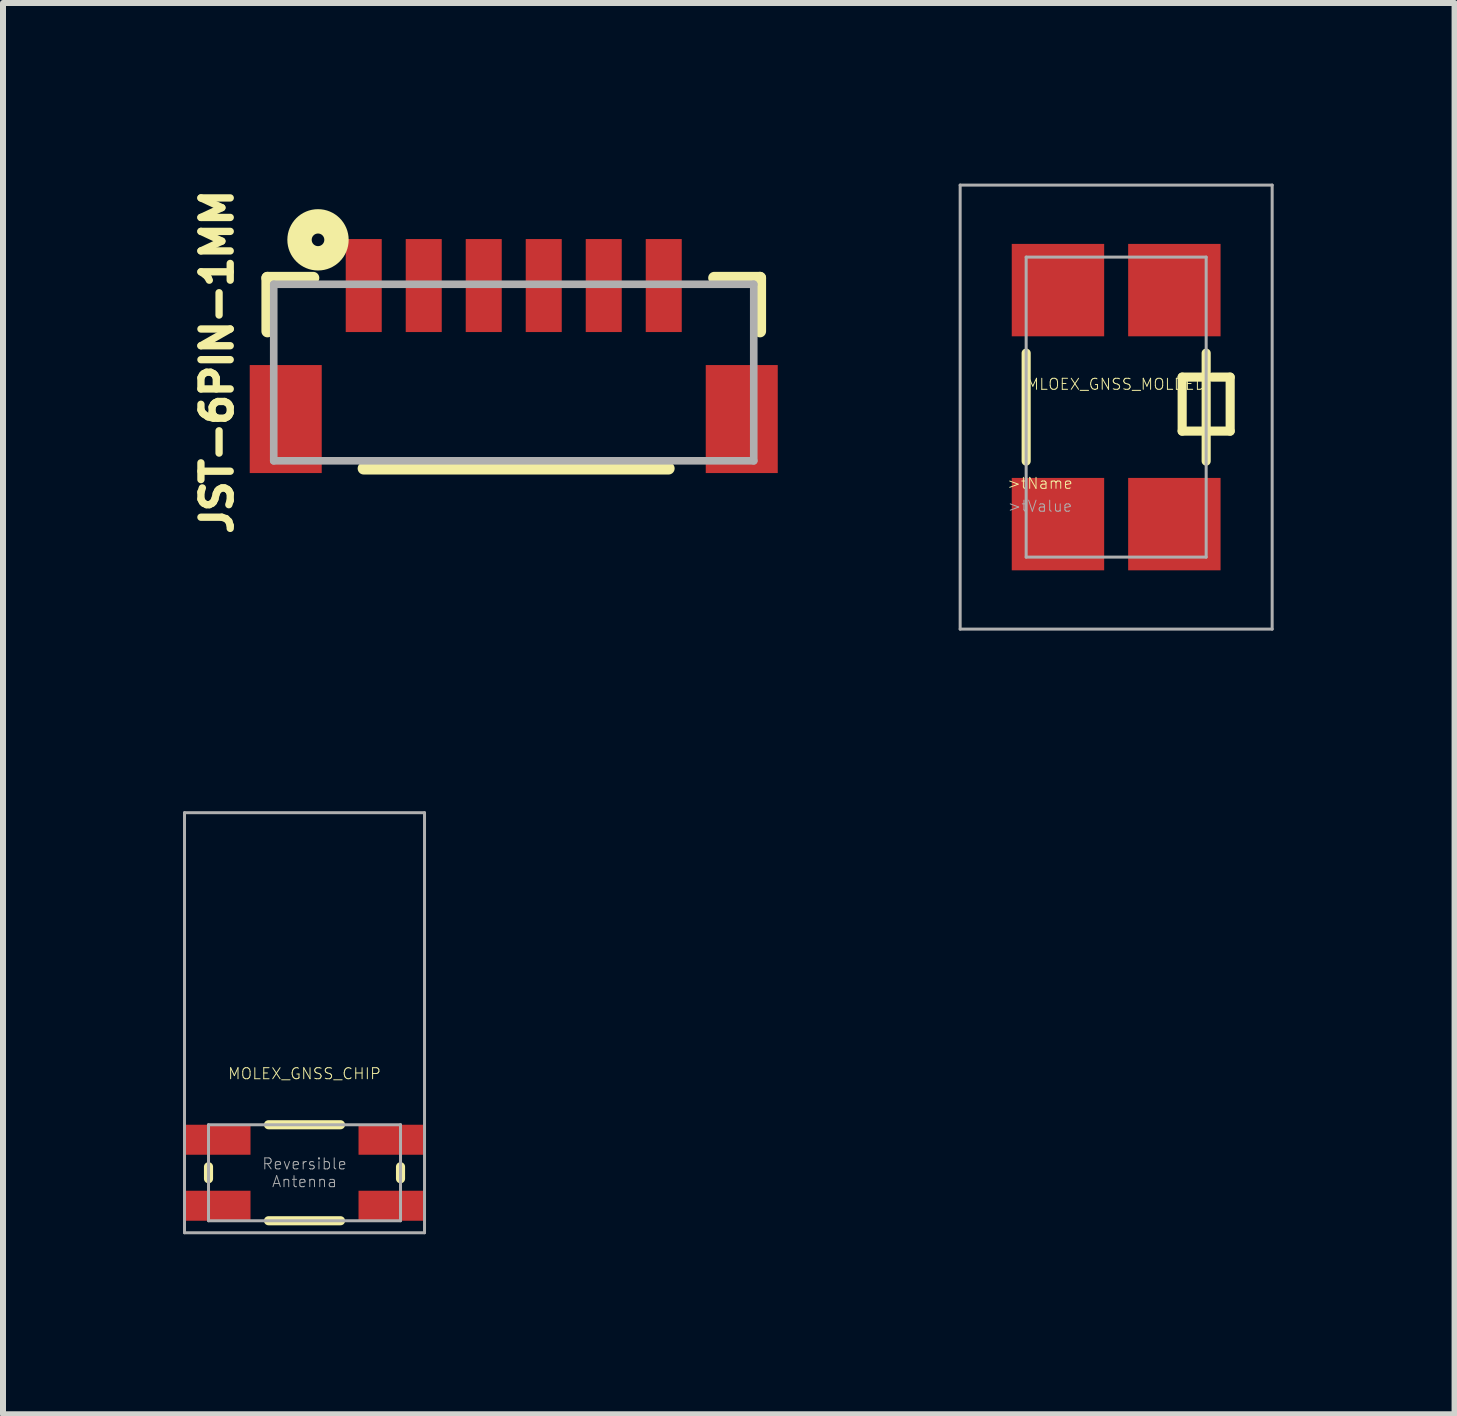
<source format=kicad_pcb>
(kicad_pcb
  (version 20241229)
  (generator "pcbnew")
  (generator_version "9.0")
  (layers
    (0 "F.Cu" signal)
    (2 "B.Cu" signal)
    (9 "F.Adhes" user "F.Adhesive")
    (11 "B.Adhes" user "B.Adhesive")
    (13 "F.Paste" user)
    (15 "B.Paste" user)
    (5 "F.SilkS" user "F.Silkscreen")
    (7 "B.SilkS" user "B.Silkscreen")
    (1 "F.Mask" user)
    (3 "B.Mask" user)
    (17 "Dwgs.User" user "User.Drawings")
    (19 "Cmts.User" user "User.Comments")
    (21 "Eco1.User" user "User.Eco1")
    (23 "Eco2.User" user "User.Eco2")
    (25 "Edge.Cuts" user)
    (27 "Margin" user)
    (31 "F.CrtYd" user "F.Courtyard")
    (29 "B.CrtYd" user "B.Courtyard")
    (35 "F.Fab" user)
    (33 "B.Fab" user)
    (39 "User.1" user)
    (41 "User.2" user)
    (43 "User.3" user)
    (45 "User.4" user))
  (footprint "JST-6PIN-1MM"
    (layer "F.Cu")
    (at 5.512 3.159)
    (property "Reference" "JST-6PIN-1MM" (at -4.659 -0.18 90) (layer "F.SilkS") (effects (font (size 0.488 0.488) (thickness 0.122)) (justify bottom)))
    (fp_line (start -4.104 -1.577) (end -4.104 -0.688) (stroke (width 0.203) (type solid)) (layer "F.SilkS"))
    (fp_line (start -3.342 -1.577) (end -4.104 -1.577) (stroke (width 0.203) (type solid)) (layer "F.SilkS"))
    (fp_line (start -2.5 1.598) (end 2.58 1.598) (stroke (width 0.203) (type solid)) (layer "F.SilkS"))
    (fp_line (start 3.342 -1.577) (end 4.104 -1.577) (stroke (width 0.203) (type solid)) (layer "F.SilkS"))
    (fp_line (start 4.104 -1.577) (end 4.104 -0.688) (stroke (width 0.203) (type solid)) (layer "F.SilkS"))
    (fp_circle (center -3.262 -2.212) (end -3.157 -2.212) (stroke (width 0.406) (type solid)) (fill no) (layer "F.SilkS"))
    (fp_line (start -4 -1.471) (end -4 1.471) (stroke (width 0.127) (type solid)) (layer "F.Fab"))
    (fp_line (start -4 1.471) (end 4 1.471) (stroke (width 0.127) (type solid)) (layer "F.Fab"))
    (fp_line (start 4 -1.471) (end -4 -1.471) (stroke (width 0.127) (type solid)) (layer "F.Fab"))
    (fp_line (start 4 1.471) (end 4 -1.471) (stroke (width 0.127) (type solid)) (layer "F.Fab"))
    (pad "1" smd rect (at -2.5 -1.45) (size 0.6 1.55) (layers "F.Cu" "F.Mask" "F.Paste"))
    (pad "2" smd rect (at -1.5 -1.45) (size 0.6 1.55) (layers "F.Cu" "F.Mask" "F.Paste"))
    (pad "3" smd rect (at -0.5 -1.45) (size 0.6 1.55) (layers "F.Cu" "F.Mask" "F.Paste"))
    (pad "4" smd rect (at 0.5 -1.45) (size 0.6 1.55) (layers "F.Cu" "F.Mask" "F.Paste"))
    (pad "5" smd rect (at 1.5 -1.45) (size 0.6 1.55) (layers "F.Cu" "F.Mask" "F.Paste"))
    (pad "6" smd rect (at 2.5 -1.45) (size 0.6 1.55) (layers "F.Cu" "F.Mask" "F.Paste"))
    (pad "P$1" smd rect (at -3.8 0.775) (size 1.2 1.8) (layers "F.Cu" "F.Mask" "F.Paste"))
    (pad "P$2" smd rect (at 3.8 0.775) (size 1.2 1.8) (layers "F.Cu" "F.Mask" "F.Paste")))
  (footprint "MLOEX_GNSS_MOLDED"
    (layer "F.Cu")
    (at 15.552 3.735)
    (property "Reference" "MLOEX_GNSS_MOLDED" (at 0 -0.381 0) (layer "F.SilkS") (effects (font (size 0.184 0.184) (thickness 0.016))))
    (fp_line (start -1.5 -0.9) (end -1.5 0.9) (stroke (width 0.152) (type solid)) (layer "F.SilkS"))
    (fp_line (start 1.1 -0.5) (end 1.1 0.4) (stroke (width 0.152) (type solid)) (layer "F.SilkS"))
    (fp_line (start 1.1 0.4) (end 1.5 0.4) (stroke (width 0.152) (type solid)) (layer "F.SilkS"))
    (fp_line (start 1.5 -0.9) (end 1.5 -0.5) (stroke (width 0.152) (type solid)) (layer "F.SilkS"))
    (fp_line (start 1.5 -0.5) (end 1.1 -0.5) (stroke (width 0.152) (type solid)) (layer "F.SilkS"))
    (fp_line (start 1.5 -0.5) (end 1.5 0.4) (stroke (width 0.152) (type solid)) (layer "F.SilkS"))
    (fp_line (start 1.5 0.4) (end 1.5 0.9) (stroke (width 0.152) (type solid)) (layer "F.SilkS"))
    (fp_line (start 1.6 -0.5) (end 1.9 -0.5) (stroke (width 0.152) (type solid)) (layer "F.SilkS"))
    (fp_line (start 1.9 -0.5) (end 1.9 0.4) (stroke (width 0.152) (type solid)) (layer "F.SilkS"))
    (fp_line (start 1.9 0.4) (end 1.5 0.4) (stroke (width 0.152) (type solid)) (layer "F.SilkS"))
    (fp_line (start -2.6 -3.7) (end 2.6 -3.7) (stroke (width 0.05) (type solid)) (layer "F.Fab"))
    (fp_line (start -2.6 3.7) (end -2.6 -3.7) (stroke (width 0.05) (type solid)) (layer "F.Fab"))
    (fp_line (start -1.5 -2.5) (end 1.5 -2.5) (stroke (width 0.05) (type solid)) (layer "F.Fab"))
    (fp_line (start -1.5 2.5) (end -1.5 -2.5) (stroke (width 0.05) (type solid)) (layer "F.Fab"))
    (fp_line (start 1.5 -2.5) (end 1.5 2.5) (stroke (width 0.05) (type solid)) (layer "F.Fab"))
    (fp_line (start 1.5 2.5) (end -1.5 2.5) (stroke (width 0.05) (type solid)) (layer "F.Fab"))
    (fp_line (start 2.6 -3.7) (end 2.6 3.7) (stroke (width 0.05) (type solid)) (layer "F.Fab"))
    (fp_line (start 2.6 3.7) (end -2.6 3.7) (stroke (width 0.05) (type solid)) (layer "F.Fab"))
    (fp_text user ">tName" (at -1.27 1.27 0) (layer "F.SilkS") (effects (font (size 0.184 0.184) (thickness 0.016))))
    (fp_text user ">tValue" (at -1.27 1.651 0) (layer "F.Fab") (effects (font (size 0.184 0.184) (thickness 0.016))))
    (pad "1" smd rect (at -0.97 1.95) (size 1.54 1.54) (layers "F.Cu" "F.Mask" "F.Paste"))
    (pad "2" smd rect (at -0.97 -1.95) (size 1.54 1.54) (layers "F.Cu" "F.Mask" "F.Paste"))
    (pad "3" smd rect (at 0.97 -1.95) (size 1.54 1.54) (layers "F.Cu" "F.Mask" "F.Paste"))
    (pad "FEED" smd rect (at 0.97 1.95) (size 1.54 1.54) (layers "F.Cu" "F.Mask" "F.Paste"))
    (zone (net_name "") (layer "F.Cu") (hatch edge 0.5) (connect_pads) (min_thickness 0.25) (filled_areas_thickness no) (keepout (tracks not_allowed) (vias not_allowed) (pads not_allowed) (copperpour not_allowed) (footprints allowed)) (placement (enabled no)) (fill) (polygon (pts (xy 12.912 4.935) (xy 18.192 4.935) (xy 18.192 0) (xy 12.912 0))))
    (zone (net_name "") (layer "F.Cu") (hatch edge 0.5) (connect_pads) (min_thickness 0.25) (filled_areas_thickness no) (keepout (tracks not_allowed) (vias not_allowed) (pads not_allowed) (copperpour not_allowed) (footprints allowed)) (placement (enabled no)) (fill) (polygon (pts (xy 12.912 7.47) (xy 15.752 7.47) (xy 15.752 4.935) (xy 12.912 4.935))))
    (zone (net_name "") (layer "F.Cu") (hatch edge 0.5) (connect_pads) (min_thickness 0.25) (filled_areas_thickness no) (keepout (tracks not_allowed) (vias not_allowed) (pads not_allowed) (copperpour not_allowed) (footprints allowed)) (placement (enabled no)) (fill) (polygon (pts (xy 15.752 7.47) (xy 18.192 7.47) (xy 18.192 6.435) (xy 15.752 6.435))))
    (zone (net_name "") (layer "B.Cu") (hatch edge 0.5) (connect_pads) (min_thickness 0.25) (filled_areas_thickness no) (keepout (tracks not_allowed) (vias not_allowed) (pads not_allowed) (copperpour not_allowed) (footprints allowed)) (placement (enabled no)) (fill) (polygon (pts (xy 12.912 7.47) (xy 18.192 7.47) (xy 18.192 0) (xy 12.912 0)))))
  (footprint "MOLEX_GNSS_CHIP"
    (layer "F.Cu")
    (at 2.025 16.495)
    (property "Reference" "MOLEX_GNSS_CHIP" (at 0 -1.651 0) (layer "F.SilkS") (effects (font (size 0.184 0.184) (thickness 0.016))))
    (fp_line (start -1.6 -0.1) (end -1.6 0.1) (stroke (width 0.152) (type solid)) (layer "F.SilkS"))
    (fp_line (start -0.6 -0.8) (end 0.6 -0.8) (stroke (width 0.152) (type solid)) (layer "F.SilkS"))
    (fp_line (start -0.6 0.8) (end 0.6 0.8) (stroke (width 0.152) (type solid)) (layer "F.SilkS"))
    (fp_line (start 1.6 -0.1) (end 1.6 0.1) (stroke (width 0.152) (type solid)) (layer "F.SilkS"))
    (fp_line (start -2 -6) (end 2 -6) (stroke (width 0.05) (type solid)) (layer "F.Fab"))
    (fp_line (start -2 1) (end -2 -6) (stroke (width 0.05) (type solid)) (layer "F.Fab"))
    (fp_line (start -1.6 -0.8) (end 1.6 -0.8) (stroke (width 0.05) (type solid)) (layer "F.Fab"))
    (fp_line (start -1.6 0.8) (end -1.6 -0.8) (stroke (width 0.05) (type solid)) (layer "F.Fab"))
    (fp_line (start 1.6 -0.8) (end 1.6 0.8) (stroke (width 0.05) (type solid)) (layer "F.Fab"))
    (fp_line (start 1.6 0.8) (end -1.6 0.8) (stroke (width 0.05) (type solid)) (layer "F.Fab"))
    (fp_line (start 2 -6) (end 2 1) (stroke (width 0.05) (type solid)) (layer "F.Fab"))
    (fp_line (start 2 1) (end -2 1) (stroke (width 0.05) (type solid)) (layer "F.Fab"))
    (fp_text user "Reversible\nAntenna" (at 0 0 0) (layer "F.Fab") (effects (font (size 0.184 0.184) (thickness 0.016))))
    (pad "1" smd rect (at 1.45 0.55) (size 1.1 0.5) (layers "F.Cu" "F.Mask" "F.Paste"))
    (pad "2" smd rect (at -1.45 0.55) (size 1.1 0.5) (layers "F.Cu" "F.Mask" "F.Paste"))
    (pad "3" smd rect (at -1.45 -0.55) (size 1.1 0.5) (layers "F.Cu" "F.Mask" "F.Paste"))
    (pad "FEED" smd rect (at 1.45 -0.55) (size 1.1 0.5) (layers "F.Cu" "F.Mask" "F.Paste"))
    (zone (net_name "") (layer "F.Cu") (hatch edge 0.508) (connect_pads) (min_thickness 0.254) (filled_areas_thickness no) (keepout (tracks not_allowed) (vias not_allowed) (pads not_allowed) (copperpour not_allowed) (footprints allowed)) (placement (enabled no)) (fill) (polygon (pts (xy 0.025 15.495) (xy 4.025 15.495) (xy 4.025 10.495) (xy 0.025 10.495))))
    (zone (net_name "") (layer "F.Cu") (hatch edge 0.508) (connect_pads) (min_thickness 0.254) (filled_areas_thickness no) (keepout (tracks not_allowed) (vias not_allowed) (pads not_allowed) (copperpour not_allowed) (footprints allowed)) (placement (enabled no)) (fill) (polygon (pts (xy 0.025 16.695) (xy 4.025 16.695) (xy 4.025 16.295) (xy 0.025 16.295))))
    (zone (net_name "") (layer "F.Cu") (hatch edge 0.508) (connect_pads) (min_thickness 0.254) (filled_areas_thickness no) (keepout (tracks not_allowed) (vias not_allowed) (pads not_allowed) (copperpour not_allowed) (footprints allowed)) (placement (enabled no)) (fill) (polygon (pts (xy 1.225 17.495) (xy 2.825 17.495) (xy 2.825 15.495) (xy 1.225 15.495))))
    (zone (net_name "") (layer "B.Cu") (hatch edge 0.508) (connect_pads) (min_thickness 0.254) (filled_areas_thickness no) (keepout (tracks not_allowed) (vias not_allowed) (pads not_allowed) (copperpour not_allowed) (footprints allowed)) (placement (enabled no)) (fill) (polygon (pts (xy 0.025 17.495) (xy 4.025 17.495) (xy 4.025 10.495) (xy 0.025 10.495)))))
  (gr_rect
    (start -3 -3)
    (end 21.192 20.52)
    (stroke (width 0.1) (type default))
    (fill no)
    (layer "Edge.Cuts")))
</source>
